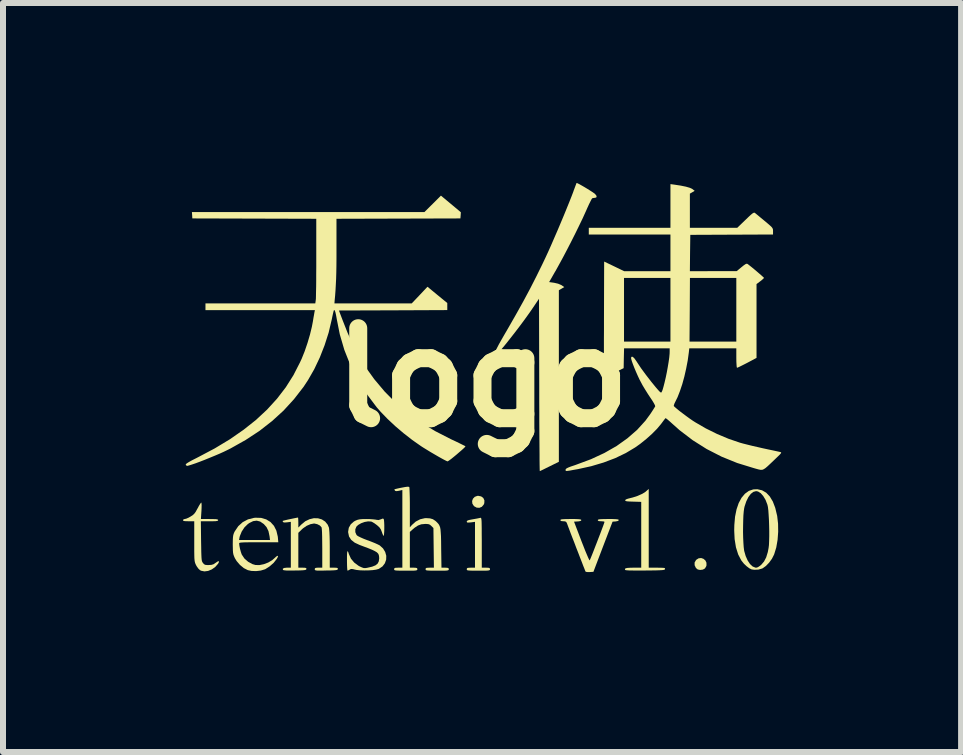
<source format=kicad_pcb>
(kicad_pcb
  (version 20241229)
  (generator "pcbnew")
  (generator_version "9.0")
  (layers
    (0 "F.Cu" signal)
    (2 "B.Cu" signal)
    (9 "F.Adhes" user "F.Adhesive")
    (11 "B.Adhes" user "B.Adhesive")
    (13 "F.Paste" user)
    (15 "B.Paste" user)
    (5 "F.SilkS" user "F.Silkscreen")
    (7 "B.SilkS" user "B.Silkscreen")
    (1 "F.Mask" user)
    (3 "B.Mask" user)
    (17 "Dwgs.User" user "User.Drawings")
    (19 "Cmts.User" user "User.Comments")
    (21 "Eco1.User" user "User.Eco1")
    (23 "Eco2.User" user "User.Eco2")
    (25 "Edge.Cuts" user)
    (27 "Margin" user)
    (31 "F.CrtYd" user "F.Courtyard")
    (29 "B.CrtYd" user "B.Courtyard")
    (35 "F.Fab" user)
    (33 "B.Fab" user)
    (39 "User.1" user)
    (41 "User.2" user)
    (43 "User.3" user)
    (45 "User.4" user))
  (footprint "logo"
    (layer "F.Cu")
    (at 4.993 3.243)
    (property "Reference" "logo" (at 0 0 0) (layer "F.SilkS") (effects (font (size 1.5 1.5) (thickness 0.3))))
    (attr board_only exclude_from_pos_files exclude_from_bom)
    (fp_poly (pts (xy -0.022 1.982) (xy 0.014 2.009) (xy 0.032 2.049) (xy 0.03 2.095) (xy 0.02 2.119) (xy -0.011 2.155) (xy -0.052 2.172) (xy -0.097 2.169) (xy -0.139 2.146) (xy -0.144 2.141) (xy -0.169 2.102) (xy -0.173 2.059) (xy -0.159 2.02) (xy -0.129 1.989) (xy -0.086 1.973) (xy -0.072 1.972)) (stroke (width 0) (type solid)) (fill yes) (layer "F.SilkS"))
    (fp_poly (pts (xy 3.683 3.022) (xy 3.715 3.049) (xy 3.733 3.086) (xy 3.734 3.131) (xy 3.73 3.145) (xy 3.709 3.182) (xy 3.674 3.202) (xy 3.628 3.208) (xy 3.588 3.2) (xy 3.558 3.175) (xy 3.536 3.129) (xy 3.536 3.083) (xy 3.56 3.042) (xy 3.563 3.039) (xy 3.602 3.014) (xy 3.644 3.009)) (stroke (width 0) (type solid)) (fill yes) (layer "F.SilkS"))
    (fp_poly (pts (xy 2.771 2.514) (xy 2.771 3.17) (xy 2.909 3.17) (xy 2.97 3.171) (xy 3.009 3.172) (xy 3.032 3.175) (xy 3.042 3.181) (xy 3.043 3.19) (xy 3.043 3.192) (xy 3.04 3.199) (xy 3.032 3.204) (xy 3.016 3.208) (xy 2.99 3.211) (xy 2.95 3.213) (xy 2.894 3.215) (xy 2.819 3.216) (xy 2.722 3.217) (xy 2.712 3.217) (xy 2.601 3.218) (xy 2.511 3.217) (xy 2.444 3.216) (xy 2.399 3.213) (xy 2.379 3.209) (xy 2.378 3.208) (xy 2.374 3.192) (xy 2.385 3.181) (xy 2.415 3.174) (xy 2.465 3.171) (xy 2.516 3.17) (xy 2.646 3.17) (xy 2.646 2.622) (xy 2.646 2.073) (xy 2.512 2.069) (xy 2.451 2.067) (xy 2.41 2.064) (xy 2.388 2.059) (xy 2.378 2.051) (xy 2.378 2.048) (xy 2.389 2.033) (xy 2.421 2.021) (xy 2.428 2.019) (xy 2.507 1.999) (xy 2.584 1.974) (xy 2.652 1.944) (xy 2.705 1.914) (xy 2.723 1.9) (xy 2.771 1.857)) (stroke (width 0) (type solid)) (fill yes) (layer "F.SilkS"))
    (fp_poly (pts (xy -0.024 2.342) (xy -0.02 2.354) (xy -0.017 2.374) (xy -0.015 2.406) (xy -0.014 2.453) (xy -0.013 2.516) (xy -0.013 2.599) (xy -0.012 2.703) (xy -0.012 2.751) (xy -0.012 3.17) (xy 0.056 3.17) (xy 0.096 3.171) (xy 0.117 3.176) (xy 0.124 3.187) (xy 0.125 3.195) (xy 0.124 3.205) (xy 0.118 3.211) (xy 0.103 3.216) (xy 0.076 3.219) (xy 0.034 3.22) (xy -0.028 3.22) (xy -0.069 3.22) (xy -0.142 3.22) (xy -0.194 3.219) (xy -0.228 3.217) (xy -0.249 3.214) (xy -0.259 3.209) (xy -0.262 3.201) (xy -0.262 3.195) (xy -0.259 3.181) (xy -0.246 3.173) (xy -0.218 3.171) (xy -0.193 3.17) (xy -0.125 3.17) (xy -0.125 2.788) (xy -0.125 2.406) (xy -0.193 2.415) (xy -0.234 2.418) (xy -0.254 2.417) (xy -0.262 2.408) (xy -0.262 2.404) (xy -0.26 2.393) (xy -0.249 2.384) (xy -0.227 2.376) (xy -0.188 2.368) (xy -0.137 2.359) (xy -0.092 2.351) (xy -0.054 2.343) (xy -0.034 2.339) (xy -0.028 2.338)) (stroke (width 0) (type solid)) (fill yes) (layer "F.SilkS"))
    (fp_poly (pts (xy -4.684 2.096) (xy -4.682 2.129) (xy -4.683 2.177) (xy -4.685 2.222) (xy -4.694 2.359) (xy -4.55 2.359) (xy -4.487 2.36) (xy -4.445 2.361) (xy -4.42 2.365) (xy -4.408 2.371) (xy -4.406 2.378) (xy -4.41 2.386) (xy -4.424 2.391) (xy -4.452 2.395) (xy -4.498 2.396) (xy -4.55 2.396) (xy -4.695 2.396) (xy -4.691 2.726) (xy -4.689 2.826) (xy -4.688 2.904) (xy -4.686 2.963) (xy -4.684 3.006) (xy -4.681 3.037) (xy -4.677 3.059) (xy -4.671 3.074) (xy -4.664 3.086) (xy -4.66 3.091) (xy -4.642 3.112) (xy -4.62 3.123) (xy -4.587 3.126) (xy -4.565 3.126) (xy -4.518 3.123) (xy -4.482 3.112) (xy -4.451 3.091) (xy -4.416 3.067) (xy -4.395 3.062) (xy -4.392 3.073) (xy -4.406 3.101) (xy -4.411 3.108) (xy -4.457 3.16) (xy -4.513 3.199) (xy -4.574 3.224) (xy -4.635 3.232) (xy -4.69 3.221) (xy -4.709 3.211) (xy -4.735 3.187) (xy -4.762 3.15) (xy -4.775 3.127) (xy -4.784 3.108) (xy -4.791 3.09) (xy -4.796 3.07) (xy -4.8 3.044) (xy -4.803 3.009) (xy -4.804 2.962) (xy -4.805 2.899) (xy -4.805 2.818) (xy -4.805 2.731) (xy -4.805 2.396) (xy -4.899 2.396) (xy -4.948 2.395) (xy -4.977 2.392) (xy -4.99 2.385) (xy -4.993 2.378) (xy -4.982 2.363) (xy -4.964 2.359) (xy -4.938 2.353) (xy -4.901 2.337) (xy -4.867 2.318) (xy -4.831 2.295) (xy -4.804 2.27) (xy -4.78 2.237) (xy -4.754 2.189) (xy -4.749 2.181) (xy -4.726 2.138) (xy -4.705 2.104) (xy -4.691 2.086) (xy -4.688 2.084)) (stroke (width 0) (type solid)) (fill yes) (layer "F.SilkS"))
    (fp_poly (pts (xy -3.69 2.34) (xy -3.605 2.365) (xy -3.534 2.409) (xy -3.476 2.473) (xy -3.436 2.553) (xy -3.413 2.649) (xy -3.411 2.665) (xy -3.404 2.746) (xy -3.73 2.746) (xy -3.831 2.746) (xy -3.91 2.747) (xy -3.969 2.748) (xy -4.011 2.75) (xy -4.038 2.753) (xy -4.052 2.757) (xy -4.056 2.763) (xy -4.057 2.763) (xy -4.053 2.801) (xy -4.043 2.852) (xy -4.029 2.904) (xy -4.015 2.946) (xy -4.011 2.954) (xy -3.968 3.018) (xy -3.906 3.072) (xy -3.834 3.111) (xy -3.785 3.125) (xy -3.72 3.127) (xy -3.646 3.112) (xy -3.572 3.084) (xy -3.506 3.045) (xy -3.468 3.012) (xy -3.435 2.982) (xy -3.415 2.971) (xy -3.408 2.979) (xy -3.418 3.004) (xy -3.431 3.026) (xy -3.482 3.09) (xy -3.548 3.148) (xy -3.618 3.193) (xy -3.629 3.198) (xy -3.696 3.218) (xy -3.774 3.227) (xy -3.852 3.224) (xy -3.912 3.211) (xy -3.979 3.177) (xy -4.043 3.124) (xy -4.098 3.06) (xy -4.128 3.011) (xy -4.142 2.979) (xy -4.152 2.951) (xy -4.158 2.92) (xy -4.161 2.881) (xy -4.162 2.826) (xy -4.163 2.783) (xy -4.162 2.717) (xy -4.162 2.709) (xy -4.058 2.709) (xy -3.8 2.709) (xy -3.542 2.709) (xy -3.55 2.645) (xy -3.568 2.56) (xy -3.6 2.494) (xy -3.647 2.441) (xy -3.648 2.441) (xy -3.706 2.401) (xy -3.764 2.386) (xy -3.823 2.394) (xy -3.886 2.425) (xy -3.913 2.444) (xy -3.968 2.498) (xy -4.014 2.568) (xy -4.045 2.644) (xy -4.051 2.668) (xy -4.058 2.709) (xy -4.162 2.709) (xy -4.16 2.669) (xy -4.156 2.635) (xy -4.149 2.608) (xy -4.138 2.581) (xy -4.13 2.565) (xy -4.071 2.478) (xy -3.997 2.411) (xy -3.91 2.365) (xy -3.811 2.34) (xy -3.787 2.337)) (stroke (width 0) (type solid)) (fill yes) (layer "F.SilkS"))
    (fp_poly (pts (xy 2.168 2.359) (xy 2.217 2.361) (xy 2.249 2.364) (xy 2.266 2.368) (xy 2.271 2.375) (xy 2.272 2.377) (xy 2.26 2.391) (xy 2.226 2.398) (xy 2.22 2.399) (xy 2.168 2.403) (xy 2.008 2.821) (xy 1.849 3.239) (xy 1.787 3.243) (xy 1.75 3.243) (xy 1.724 3.239) (xy 1.718 3.235) (xy 1.712 3.222) (xy 1.699 3.188) (xy 1.679 3.138) (xy 1.655 3.075) (xy 1.626 3.001) (xy 1.595 2.92) (xy 1.562 2.836) (xy 1.53 2.751) (xy 1.498 2.669) (xy 1.469 2.594) (xy 1.444 2.527) (xy 1.424 2.474) (xy 1.41 2.436) (xy 1.408 2.431) (xy 1.396 2.408) (xy 1.376 2.398) (xy 1.347 2.396) (xy 1.313 2.393) (xy 1.299 2.383) (xy 1.298 2.378) (xy 1.302 2.37) (xy 1.314 2.365) (xy 1.34 2.362) (xy 1.383 2.36) (xy 1.445 2.359) (xy 1.473 2.359) (xy 1.544 2.359) (xy 1.593 2.361) (xy 1.624 2.364) (xy 1.641 2.368) (xy 1.647 2.375) (xy 1.648 2.377) (xy 1.638 2.39) (xy 1.609 2.397) (xy 1.587 2.399) (xy 1.526 2.403) (xy 1.651 2.731) (xy 1.684 2.815) (xy 1.714 2.891) (xy 1.741 2.955) (xy 1.762 3.004) (xy 1.778 3.037) (xy 1.786 3.049) (xy 1.786 3.049) (xy 1.793 3.035) (xy 1.807 3.002) (xy 1.827 2.953) (xy 1.851 2.892) (xy 1.878 2.822) (xy 1.907 2.748) (xy 1.936 2.672) (xy 1.964 2.6) (xy 1.989 2.533) (xy 2.01 2.477) (xy 2.025 2.435) (xy 2.033 2.41) (xy 2.034 2.406) (xy 2.023 2.4) (xy 1.995 2.397) (xy 1.978 2.396) (xy 1.941 2.394) (xy 1.924 2.386) (xy 1.922 2.378) (xy 1.926 2.37) (xy 1.939 2.365) (xy 1.964 2.362) (xy 2.007 2.36) (xy 2.069 2.359) (xy 2.097 2.359)) (stroke (width 0) (type solid)) (fill yes) (layer "F.SilkS"))
    (fp_poly (pts (xy 4.66 1.88) (xy 4.729 1.92) (xy 4.789 1.983) (xy 4.84 2.068) (xy 4.88 2.173) (xy 4.91 2.298) (xy 4.912 2.305) (xy 4.927 2.436) (xy 4.929 2.572) (xy 4.919 2.706) (xy 4.897 2.833) (xy 4.863 2.944) (xy 4.86 2.952) (xy 4.825 3.021) (xy 4.778 3.086) (xy 4.725 3.141) (xy 4.672 3.179) (xy 4.662 3.184) (xy 4.6 3.202) (xy 4.531 3.205) (xy 4.487 3.199) (xy 4.449 3.181) (xy 4.404 3.147) (xy 4.358 3.104) (xy 4.319 3.055) (xy 4.313 3.047) (xy 4.262 2.949) (xy 4.225 2.831) (xy 4.203 2.695) (xy 4.197 2.573) (xy 4.343 2.573) (xy 4.345 2.666) (xy 4.349 2.753) (xy 4.354 2.826) (xy 4.361 2.881) (xy 4.362 2.889) (xy 4.387 2.976) (xy 4.42 3.05) (xy 4.459 3.109) (xy 4.503 3.15) (xy 4.549 3.169) (xy 4.564 3.17) (xy 4.591 3.162) (xy 4.627 3.138) (xy 4.648 3.12) (xy 4.693 3.067) (xy 4.729 2.998) (xy 4.756 2.91) (xy 4.769 2.842) (xy 4.775 2.793) (xy 4.778 2.725) (xy 4.78 2.645) (xy 4.78 2.557) (xy 4.778 2.465) (xy 4.775 2.375) (xy 4.77 2.29) (xy 4.765 2.217) (xy 4.758 2.159) (xy 4.75 2.122) (xy 4.719 2.041) (xy 4.68 1.976) (xy 4.638 1.928) (xy 4.593 1.9) (xy 4.561 1.894) (xy 4.516 1.906) (xy 4.472 1.94) (xy 4.432 1.994) (xy 4.397 2.065) (xy 4.369 2.149) (xy 4.362 2.18) (xy 4.355 2.23) (xy 4.349 2.3) (xy 4.346 2.384) (xy 4.344 2.477) (xy 4.343 2.573) (xy 4.197 2.573) (xy 4.196 2.542) (xy 4.198 2.459) (xy 4.21 2.32) (xy 4.235 2.197) (xy 4.271 2.092) (xy 4.318 2.005) (xy 4.375 1.937) (xy 4.44 1.89) (xy 4.514 1.865) (xy 4.581 1.862)) (stroke (width 0) (type solid)) (fill yes) (layer "F.SilkS"))
    (fp_poly (pts (xy -3.073 2.345) (xy -3.071 2.375) (xy -3.07 2.417) (xy -3.07 2.418) (xy -3.07 2.501) (xy -3.019 2.45) (xy -2.954 2.396) (xy -2.883 2.362) (xy -2.811 2.345) (xy -2.741 2.347) (xy -2.677 2.366) (xy -2.622 2.402) (xy -2.58 2.454) (xy -2.559 2.505) (xy -2.556 2.532) (xy -2.552 2.58) (xy -2.549 2.646) (xy -2.547 2.725) (xy -2.546 2.815) (xy -2.546 2.861) (xy -2.546 3.17) (xy -2.477 3.17) (xy -2.437 3.171) (xy -2.417 3.176) (xy -2.411 3.185) (xy -2.411 3.192) (xy -2.415 3.201) (xy -2.426 3.207) (xy -2.447 3.211) (xy -2.481 3.214) (xy -2.534 3.216) (xy -2.606 3.217) (xy -2.678 3.219) (xy -2.73 3.219) (xy -2.763 3.218) (xy -2.783 3.214) (xy -2.793 3.209) (xy -2.796 3.201) (xy -2.796 3.196) (xy -2.793 3.18) (xy -2.779 3.173) (xy -2.749 3.17) (xy -2.733 3.17) (xy -2.671 3.17) (xy -2.671 2.845) (xy -2.672 2.741) (xy -2.673 2.652) (xy -2.675 2.581) (xy -2.678 2.53) (xy -2.682 2.501) (xy -2.684 2.496) (xy -2.711 2.467) (xy -2.754 2.445) (xy -2.802 2.434) (xy -2.811 2.434) (xy -2.868 2.445) (xy -2.931 2.472) (xy -2.992 2.514) (xy -3.017 2.537) (xy -3.07 2.589) (xy -3.07 2.88) (xy -3.07 3.17) (xy -3.001 3.17) (xy -2.961 3.171) (xy -2.941 3.176) (xy -2.935 3.185) (xy -2.936 3.192) (xy -2.939 3.201) (xy -2.95 3.207) (xy -2.971 3.211) (xy -3.006 3.214) (xy -3.058 3.216) (xy -3.129 3.217) (xy -3.209 3.218) (xy -3.27 3.217) (xy -3.309 3.213) (xy -3.326 3.208) (xy -3.326 3.208) (xy -3.329 3.188) (xy -3.308 3.175) (xy -3.264 3.17) (xy -3.257 3.17) (xy -3.195 3.17) (xy -3.195 2.788) (xy -3.195 2.406) (xy -3.257 2.414) (xy -3.301 2.417) (xy -3.324 2.411) (xy -3.327 2.408) (xy -3.331 2.392) (xy -3.33 2.39) (xy -3.317 2.386) (xy -3.286 2.378) (xy -3.243 2.368) (xy -3.195 2.358) (xy -3.148 2.348) (xy -3.108 2.34) (xy -3.081 2.335) (xy -3.075 2.334)) (stroke (width 0) (type solid)) (fill yes) (layer "F.SilkS"))
    (fp_poly (pts (xy -1.228 1.822) (xy -1.22 1.826) (xy -1.218 1.842) (xy -1.216 1.88) (xy -1.214 1.935) (xy -1.212 2.006) (xy -1.211 2.087) (xy -1.211 2.169) (xy -1.211 2.497) (xy -1.174 2.456) (xy -1.112 2.401) (xy -1.039 2.363) (xy -0.962 2.345) (xy -0.938 2.344) (xy -0.875 2.348) (xy -0.827 2.362) (xy -0.786 2.389) (xy -0.771 2.402) (xy -0.749 2.424) (xy -0.731 2.445) (xy -0.718 2.468) (xy -0.707 2.496) (xy -0.7 2.533) (xy -0.696 2.582) (xy -0.692 2.645) (xy -0.69 2.727) (xy -0.689 2.83) (xy -0.689 2.843) (xy -0.684 3.17) (xy -0.623 3.17) (xy -0.586 3.172) (xy -0.568 3.177) (xy -0.562 3.19) (xy -0.562 3.195) (xy -0.563 3.205) (xy -0.569 3.211) (xy -0.583 3.216) (xy -0.61 3.219) (xy -0.652 3.22) (xy -0.714 3.22) (xy -0.755 3.22) (xy -0.828 3.22) (xy -0.88 3.219) (xy -0.915 3.217) (xy -0.935 3.214) (xy -0.945 3.209) (xy -0.948 3.201) (xy -0.949 3.195) (xy -0.946 3.181) (xy -0.933 3.173) (xy -0.904 3.171) (xy -0.879 3.17) (xy -0.81 3.17) (xy -0.814 2.84) (xy -0.818 2.509) (xy -0.852 2.475) (xy -0.876 2.454) (xy -0.902 2.444) (xy -0.938 2.441) (xy -0.958 2.441) (xy -1.021 2.447) (xy -1.075 2.467) (xy -1.13 2.503) (xy -1.162 2.53) (xy -1.211 2.574) (xy -1.211 2.872) (xy -1.211 3.17) (xy -1.148 3.17) (xy -1.111 3.172) (xy -1.092 3.177) (xy -1.086 3.19) (xy -1.086 3.195) (xy -1.087 3.205) (xy -1.093 3.211) (xy -1.108 3.216) (xy -1.134 3.219) (xy -1.177 3.22) (xy -1.238 3.22) (xy -1.279 3.22) (xy -1.353 3.22) (xy -1.405 3.219) (xy -1.439 3.217) (xy -1.459 3.214) (xy -1.469 3.209) (xy -1.473 3.201) (xy -1.473 3.195) (xy -1.47 3.181) (xy -1.457 3.173) (xy -1.428 3.171) (xy -1.404 3.17) (xy -1.336 3.17) (xy -1.336 2.523) (xy -1.336 1.875) (xy -1.393 1.888) (xy -1.431 1.894) (xy -1.453 1.891) (xy -1.461 1.883) (xy -1.468 1.867) (xy -1.468 1.863) (xy -1.455 1.86) (xy -1.423 1.852) (xy -1.378 1.842) (xy -1.347 1.836) (xy -1.288 1.825) (xy -1.249 1.82)) (stroke (width 0) (type solid)) (fill yes) (layer "F.SilkS"))
    (fp_poly (pts (xy 1.58 -3.24) (xy 1.608 -3.226) (xy 1.648 -3.204) (xy 1.695 -3.177) (xy 1.745 -3.147) (xy 1.793 -3.117) (xy 1.835 -3.09) (xy 1.865 -3.069) (xy 1.877 -3.059) (xy 1.9 -3.029) (xy 1.902 -3.007) (xy 1.881 -2.996) (xy 1.868 -2.995) (xy 1.84 -2.991) (xy 1.827 -2.986) (xy 1.818 -2.972) (xy 1.801 -2.939) (xy 1.777 -2.891) (xy 1.749 -2.83) (xy 1.719 -2.762) (xy 1.717 -2.758) (xy 1.67 -2.654) (xy 1.612 -2.534) (xy 1.548 -2.403) (xy 1.479 -2.266) (xy 1.409 -2.13) (xy 1.34 -1.999) (xy 1.274 -1.878) (xy 1.216 -1.773) (xy 1.211 -1.766) (xy 1.111 -1.591) (xy 1.195 -1.579) (xy 1.26 -1.564) (xy 1.31 -1.543) (xy 1.322 -1.536) (xy 1.363 -1.507) (xy 1.318 -1.481) (xy 1.273 -1.455) (xy 1.273 -0.025) (xy 1.273 1.405) (xy 1.117 1.482) (xy 1.06 1.51) (xy 1.012 1.534) (xy 0.976 1.551) (xy 0.957 1.56) (xy 0.955 1.56) (xy 0.954 1.548) (xy 0.953 1.512) (xy 0.952 1.455) (xy 0.951 1.377) (xy 0.951 1.281) (xy 0.95 1.167) (xy 0.949 1.038) (xy 0.948 0.894) (xy 0.947 0.738) (xy 0.947 0.572) (xy 0.946 0.395) (xy 0.946 0.211) (xy 0.946 0.124) (xy 0.942 -1.313) (xy 0.846 -1.17) (xy 0.793 -1.093) (xy 0.734 -1.01) (xy 0.671 -0.924) (xy 0.606 -0.837) (xy 0.541 -0.752) (xy 0.477 -0.67) (xy 0.417 -0.594) (xy 0.362 -0.526) (xy 0.314 -0.469) (xy 0.275 -0.426) (xy 0.247 -0.397) (xy 0.232 -0.387) (xy 0.231 -0.387) (xy 0.218 -0.388) (xy 0.21 -0.394) (xy 0.207 -0.406) (xy 0.211 -0.426) (xy 0.223 -0.455) (xy 0.244 -0.497) (xy 0.273 -0.553) (xy 0.313 -0.624) (xy 0.364 -0.713) (xy 0.424 -0.816) (xy 0.558 -1.05) (xy 0.68 -1.269) (xy 0.792 -1.478) (xy 0.896 -1.682) (xy 0.996 -1.885) (xy 1.052 -2.003) (xy 1.094 -2.094) (xy 1.142 -2.201) (xy 1.193 -2.319) (xy 1.247 -2.443) (xy 1.301 -2.571) (xy 1.354 -2.697) (xy 1.403 -2.817) (xy 1.448 -2.928) (xy 1.486 -3.024) (xy 1.516 -3.103) (xy 1.517 -3.108) (xy 1.537 -3.161) (xy 1.553 -3.204) (xy 1.564 -3.233) (xy 1.568 -3.243)) (stroke (width 0) (type solid)) (fill yes) (layer "F.SilkS"))
    (fp_poly (pts (xy -1.652 2.354) (xy -1.646 2.361) (xy -1.642 2.379) (xy -1.639 2.415) (xy -1.637 2.462) (xy -1.637 2.513) (xy -1.638 2.563) (xy -1.641 2.605) (xy -1.644 2.633) (xy -1.648 2.64) (xy -1.655 2.632) (xy -1.667 2.606) (xy -1.677 2.577) (xy -1.695 2.531) (xy -1.72 2.496) (xy -1.758 2.462) (xy -1.762 2.459) (xy -1.8 2.431) (xy -1.835 2.41) (xy -1.855 2.401) (xy -1.906 2.398) (xy -1.965 2.408) (xy -2.023 2.429) (xy -2.073 2.458) (xy -2.102 2.486) (xy -2.12 2.53) (xy -2.12 2.578) (xy -2.102 2.62) (xy -2.092 2.633) (xy -2.068 2.648) (xy -2.027 2.668) (xy -1.974 2.691) (xy -1.914 2.714) (xy -1.909 2.715) (xy -1.847 2.739) (xy -1.79 2.762) (xy -1.744 2.783) (xy -1.715 2.798) (xy -1.714 2.798) (xy -1.658 2.849) (xy -1.622 2.908) (xy -1.604 2.972) (xy -1.606 3.036) (xy -1.627 3.096) (xy -1.666 3.148) (xy -1.725 3.188) (xy -1.735 3.192) (xy -1.775 3.203) (xy -1.832 3.211) (xy -1.9 3.215) (xy -1.972 3.216) (xy -2.04 3.214) (xy -2.098 3.208) (xy -2.122 3.203) (xy -2.163 3.193) (xy -2.189 3.192) (xy -2.208 3.198) (xy -2.215 3.203) (xy -2.238 3.216) (xy -2.249 3.22) (xy -2.253 3.209) (xy -2.256 3.176) (xy -2.258 3.128) (xy -2.259 3.069) (xy -2.259 3.05) (xy -2.259 2.976) (xy -2.257 2.927) (xy -2.253 2.9) (xy -2.247 2.895) (xy -2.238 2.91) (xy -2.227 2.944) (xy -2.227 2.944) (xy -2.193 3.019) (xy -2.139 3.084) (xy -2.07 3.136) (xy -2.053 3.146) (xy -2.01 3.166) (xy -1.98 3.176) (xy -1.951 3.177) (xy -1.916 3.171) (xy -1.839 3.153) (xy -1.784 3.131) (xy -1.748 3.102) (xy -1.729 3.065) (xy -1.722 3.016) (xy -1.722 3.013) (xy -1.724 2.983) (xy -1.729 2.957) (xy -1.74 2.935) (xy -1.761 2.914) (xy -1.794 2.894) (xy -1.841 2.871) (xy -1.905 2.845) (xy -1.988 2.814) (xy -2.049 2.791) (xy -2.13 2.753) (xy -2.189 2.706) (xy -2.225 2.65) (xy -2.239 2.583) (xy -2.24 2.572) (xy -2.229 2.505) (xy -2.196 2.447) (xy -2.144 2.401) (xy -2.117 2.386) (xy -2.083 2.372) (xy -2.046 2.364) (xy -1.999 2.36) (xy -1.938 2.359) (xy -1.88 2.36) (xy -1.827 2.364) (xy -1.787 2.368) (xy -1.774 2.371) (xy -1.733 2.376) (xy -1.696 2.364) (xy -1.694 2.364) (xy -1.667 2.352)) (stroke (width 0) (type solid)) (fill yes) (layer "F.SilkS"))
    (fp_poly (pts (xy -0.527 -2.894) (xy -0.361 -2.755) (xy -0.364 -2.704) (xy -0.368 -2.652) (xy -1.401 -2.649) (xy -2.434 -2.646) (xy -2.434 -2.154) (xy -2.434 -2) (xy -2.435 -1.868) (xy -2.437 -1.751) (xy -2.44 -1.647) (xy -2.445 -1.549) (xy -2.45 -1.456) (xy -2.457 -1.361) (xy -2.464 -1.289) (xy -2.468 -1.236) (xy -1.824 -1.236) (xy -1.18 -1.235) (xy -1.048 -1.374) (xy -0.917 -1.513) (xy -0.752 -1.377) (xy -0.587 -1.242) (xy -0.587 -1.183) (xy -0.587 -1.124) (xy -1.49 -1.12) (xy -2.393 -1.117) (xy -2.334 -0.961) (xy -2.249 -0.746) (xy -2.162 -0.551) (xy -2.075 -0.379) (xy -1.987 -0.229) (xy -1.968 -0.2) (xy -1.805 0.027) (xy -1.631 0.234) (xy -1.444 0.423) (xy -1.243 0.595) (xy -1.024 0.752) (xy -0.786 0.895) (xy -0.528 1.027) (xy -0.518 1.032) (xy -0.449 1.064) (xy -0.387 1.094) (xy -0.337 1.119) (xy -0.302 1.136) (xy -0.285 1.146) (xy -0.284 1.146) (xy -0.29 1.157) (xy -0.312 1.179) (xy -0.346 1.21) (xy -0.388 1.246) (xy -0.433 1.285) (xy -0.479 1.323) (xy -0.52 1.356) (xy -0.554 1.381) (xy -0.577 1.396) (xy -0.582 1.398) (xy -0.599 1.392) (xy -0.633 1.375) (xy -0.681 1.349) (xy -0.738 1.317) (xy -0.8 1.281) (xy -0.865 1.243) (xy -0.927 1.205) (xy -0.984 1.17) (xy -1.023 1.145) (xy -1.17 1.042) (xy -1.315 0.929) (xy -1.455 0.81) (xy -1.584 0.689) (xy -1.698 0.571) (xy -1.765 0.494) (xy -1.934 0.269) (xy -2.08 0.035) (xy -2.203 -0.208) (xy -2.303 -0.46) (xy -2.379 -0.72) (xy -2.428 -0.967) (xy -2.441 -1.039) (xy -2.452 -1.088) (xy -2.462 -1.116) (xy -2.472 -1.125) (xy -2.477 -1.121) (xy -2.482 -1.107) (xy -2.49 -1.074) (xy -2.501 -1.025) (xy -2.513 -0.966) (xy -2.516 -0.954) (xy -2.565 -0.747) (xy -2.632 -0.538) (xy -2.712 -0.334) (xy -2.805 -0.138) (xy -2.908 0.042) (xy -2.983 0.156) (xy -3.143 0.362) (xy -3.317 0.552) (xy -3.509 0.727) (xy -3.718 0.89) (xy -3.948 1.041) (xy -4.199 1.182) (xy -4.257 1.211) (xy -4.315 1.239) (xy -4.386 1.271) (xy -4.464 1.304) (xy -4.547 1.338) (xy -4.63 1.372) (xy -4.71 1.403) (xy -4.783 1.43) (xy -4.845 1.451) (xy -4.893 1.466) (xy -4.922 1.473) (xy -4.925 1.473) (xy -4.942 1.463) (xy -4.947 1.454) (xy -4.944 1.444) (xy -4.928 1.43) (xy -4.896 1.41) (xy -4.846 1.382) (xy -4.777 1.347) (xy -4.74 1.328) (xy -4.464 1.182) (xy -4.212 1.03) (xy -3.984 0.872) (xy -3.777 0.708) (xy -3.591 0.535) (xy -3.425 0.353) (xy -3.279 0.163) (xy -3.152 -0.038) (xy -3.043 -0.251) (xy -3.015 -0.311) (xy -2.964 -0.438) (xy -2.917 -0.576) (xy -2.876 -0.715) (xy -2.844 -0.847) (xy -2.827 -0.936) (xy -2.818 -0.992) (xy -2.809 -1.042) (xy -2.803 -1.078) (xy -2.801 -1.089) (xy -2.794 -1.123) (xy -3.706 -1.123) (xy -4.618 -1.123) (xy -4.618 -1.18) (xy -4.618 -1.236) (xy -3.702 -1.236) (xy -2.787 -1.236) (xy -2.779 -1.294) (xy -2.777 -1.317) (xy -2.776 -1.363) (xy -2.775 -1.429) (xy -2.773 -1.512) (xy -2.772 -1.609) (xy -2.772 -1.718) (xy -2.771 -1.837) (xy -2.771 -1.962) (xy -2.771 -1.999) (xy -2.771 -2.646) (xy -3.804 -2.649) (xy -4.837 -2.652) (xy -4.84 -2.705) (xy -4.844 -2.758) (xy -2.906 -2.758) (xy -0.968 -2.758) (xy -0.83 -2.895) (xy -0.693 -3.032)) (stroke (width 0) (type solid)) (fill yes) (layer "F.SilkS"))
    (fp_poly (pts (xy 3.192 -3.216) (xy 3.304 -3.199) (xy 3.392 -3.181) (xy 3.457 -3.162) (xy 3.497 -3.143) (xy 3.501 -3.14) (xy 3.537 -3.112) (xy 3.497 -3.088) (xy 3.457 -3.065) (xy 3.457 -2.781) (xy 3.457 -2.496) (xy 3.852 -2.496) (xy 4.247 -2.496) (xy 4.384 -2.628) (xy 4.437 -2.679) (xy 4.475 -2.714) (xy 4.502 -2.736) (xy 4.52 -2.746) (xy 4.532 -2.748) (xy 4.541 -2.744) (xy 4.558 -2.73) (xy 4.59 -2.704) (xy 4.633 -2.668) (xy 4.683 -2.627) (xy 4.702 -2.611) (xy 4.757 -2.565) (xy 4.795 -2.532) (xy 4.82 -2.508) (xy 4.834 -2.489) (xy 4.841 -2.472) (xy 4.843 -2.453) (xy 4.843 -2.439) (xy 4.843 -2.384) (xy 4.153 -2.381) (xy 3.464 -2.378) (xy 3.46 -2.075) (xy 3.457 -1.772) (xy 3.847 -1.773) (xy 4.237 -1.773) (xy 4.318 -1.84) (xy 4.359 -1.873) (xy 4.387 -1.892) (xy 4.405 -1.897) (xy 4.419 -1.893) (xy 4.419 -1.893) (xy 4.447 -1.871) (xy 4.485 -1.841) (xy 4.529 -1.805) (xy 4.575 -1.766) (xy 4.618 -1.729) (xy 4.655 -1.697) (xy 4.681 -1.673) (xy 4.693 -1.661) (xy 4.693 -1.661) (xy 4.684 -1.65) (xy 4.66 -1.628) (xy 4.631 -1.605) (xy 4.568 -1.558) (xy 4.568 -0.942) (xy 4.568 -0.327) (xy 4.412 -0.244) (xy 4.355 -0.215) (xy 4.305 -0.19) (xy 4.268 -0.172) (xy 4.246 -0.163) (xy 4.243 -0.162) (xy 4.238 -0.174) (xy 4.235 -0.208) (xy 4.232 -0.261) (xy 4.231 -0.325) (xy 4.231 -0.487) (xy 3.839 -0.487) (xy 3.447 -0.487) (xy 3.439 -0.415) (xy 3.421 -0.284) (xy 3.395 -0.149) (xy 3.365 -0.016) (xy 3.33 0.111) (xy 3.291 0.227) (xy 3.252 0.327) (xy 3.218 0.396) (xy 3.2 0.433) (xy 3.19 0.462) (xy 3.189 0.475) (xy 3.205 0.492) (xy 3.238 0.52) (xy 3.283 0.557) (xy 3.337 0.598) (xy 3.394 0.641) (xy 3.452 0.683) (xy 3.507 0.721) (xy 3.548 0.747) (xy 3.722 0.848) (xy 3.91 0.941) (xy 4.103 1.022) (xy 4.291 1.086) (xy 4.294 1.087) (xy 4.348 1.102) (xy 4.42 1.12) (xy 4.504 1.141) (xy 4.593 1.161) (xy 4.68 1.181) (xy 4.681 1.181) (xy 4.759 1.198) (xy 4.831 1.213) (xy 4.891 1.226) (xy 4.937 1.236) (xy 4.963 1.242) (xy 4.966 1.243) (xy 4.977 1.247) (xy 4.979 1.254) (xy 4.971 1.268) (xy 4.951 1.29) (xy 4.917 1.323) (xy 4.867 1.371) (xy 4.862 1.376) (xy 4.8 1.435) (xy 4.753 1.479) (xy 4.718 1.509) (xy 4.689 1.528) (xy 4.664 1.538) (xy 4.637 1.539) (xy 4.605 1.533) (xy 4.564 1.522) (xy 4.522 1.51) (xy 4.246 1.425) (xy 3.985 1.319) (xy 3.737 1.192) (xy 3.504 1.045) (xy 3.285 0.878) (xy 3.167 0.773) (xy 3.124 0.734) (xy 3.088 0.703) (xy 3.062 0.683) (xy 3.051 0.677) (xy 3.051 0.677) (xy 3.041 0.689) (xy 3.02 0.716) (xy 2.992 0.754) (xy 2.976 0.775) (xy 2.91 0.854) (xy 2.827 0.938) (xy 2.731 1.024) (xy 2.629 1.106) (xy 2.546 1.165) (xy 2.389 1.259) (xy 2.212 1.344) (xy 2.019 1.417) (xy 1.814 1.478) (xy 1.601 1.525) (xy 1.586 1.528) (xy 1.511 1.541) (xy 1.458 1.551) (xy 1.422 1.556) (xy 1.4 1.558) (xy 1.389 1.556) (xy 1.386 1.55) (xy 1.385 1.542) (xy 1.385 1.536) (xy 1.389 1.526) (xy 1.403 1.514) (xy 1.429 1.501) (xy 1.472 1.484) (xy 1.535 1.463) (xy 1.563 1.453) (xy 1.808 1.362) (xy 2.032 1.258) (xy 2.235 1.142) (xy 2.416 1.013) (xy 2.577 0.873) (xy 2.716 0.72) (xy 2.798 0.608) (xy 2.829 0.561) (xy 2.855 0.52) (xy 2.873 0.491) (xy 2.879 0.481) (xy 2.875 0.463) (xy 2.858 0.43) (xy 2.831 0.385) (xy 2.802 0.342) (xy 2.759 0.277) (xy 2.712 0.202) (xy 2.668 0.129) (xy 2.65 0.095) (xy 2.619 0.037) (xy 2.588 -0.029) (xy 2.558 -0.097) (xy 2.53 -0.164) (xy 2.506 -0.226) (xy 2.488 -0.277) (xy 2.478 -0.315) (xy 2.477 -0.333) (xy 2.489 -0.348) (xy 2.507 -0.343) (xy 2.533 -0.318) (xy 2.567 -0.27) (xy 2.578 -0.253) (xy 2.643 -0.155) (xy 2.723 -0.046) (xy 2.813 0.07) (xy 2.887 0.161) (xy 2.926 0.206) (xy 2.953 0.235) (xy 2.97 0.249) (xy 2.98 0.25) (xy 2.986 0.243) (xy 3.001 0.209) (xy 3.017 0.154) (xy 3.035 0.084) (xy 3.054 0.003) (xy 3.072 -0.084) (xy 3.088 -0.172) (xy 3.102 -0.256) (xy 3.113 -0.332) (xy 3.119 -0.396) (xy 3.12 -0.43) (xy 3.12 -0.487) (xy 2.74 -0.487) (xy 2.36 -0.487) (xy 2.356 -0.321) (xy 2.353 -0.156) (xy 2.193 -0.077) (xy 2.135 -0.049) (xy 2.086 -0.027) (xy 2.049 -0.011) (xy 2.029 -0.003) (xy 2.027 -0.003) (xy 2.026 -0.016) (xy 2.026 -0.052) (xy 2.025 -0.11) (xy 2.025 -0.186) (xy 2.024 -0.28) (xy 2.024 -0.389) (xy 2.024 -0.511) (xy 2.024 -0.599) (xy 3.451 -0.599) (xy 3.841 -0.599) (xy 4.231 -0.599) (xy 4.231 -1.13) (xy 4.231 -1.66) (xy 3.845 -1.66) (xy 3.458 -1.66) (xy 3.455 -1.13) (xy 3.451 -0.599) (xy 2.024 -0.599) (xy 2.024 -0.645) (xy 2.025 -0.789) (xy 2.025 -0.94) (xy 2.025 -0.971) (xy 2.027 -1.66) (xy 2.359 -1.66) (xy 2.359 -1.13) (xy 2.359 -0.599) (xy 2.746 -0.599) (xy 3.133 -0.599) (xy 3.133 -1.13) (xy 3.133 -1.66) (xy 2.746 -1.66) (xy 2.359 -1.66) (xy 2.027 -1.66) (xy 2.028 -1.933) (xy 2.195 -1.853) (xy 2.362 -1.772) (xy 2.748 -1.772) (xy 3.133 -1.772) (xy 3.133 -2.078) (xy 3.133 -2.384) (xy 2.453 -2.384) (xy 1.772 -2.384) (xy 1.772 -2.44) (xy 1.772 -2.496) (xy 2.453 -2.496) (xy 3.133 -2.496) (xy 3.133 -2.86) (xy 3.133 -3.224)) (stroke (width 0) (type solid)) (fill yes) (layer "F.SilkS")))
  (gr_rect
    (start -3 -3)
    (end 12.971 9.486)
    (stroke (width 0.1) (type default))
    (fill no)
    (layer "Edge.Cuts")))
</source>
